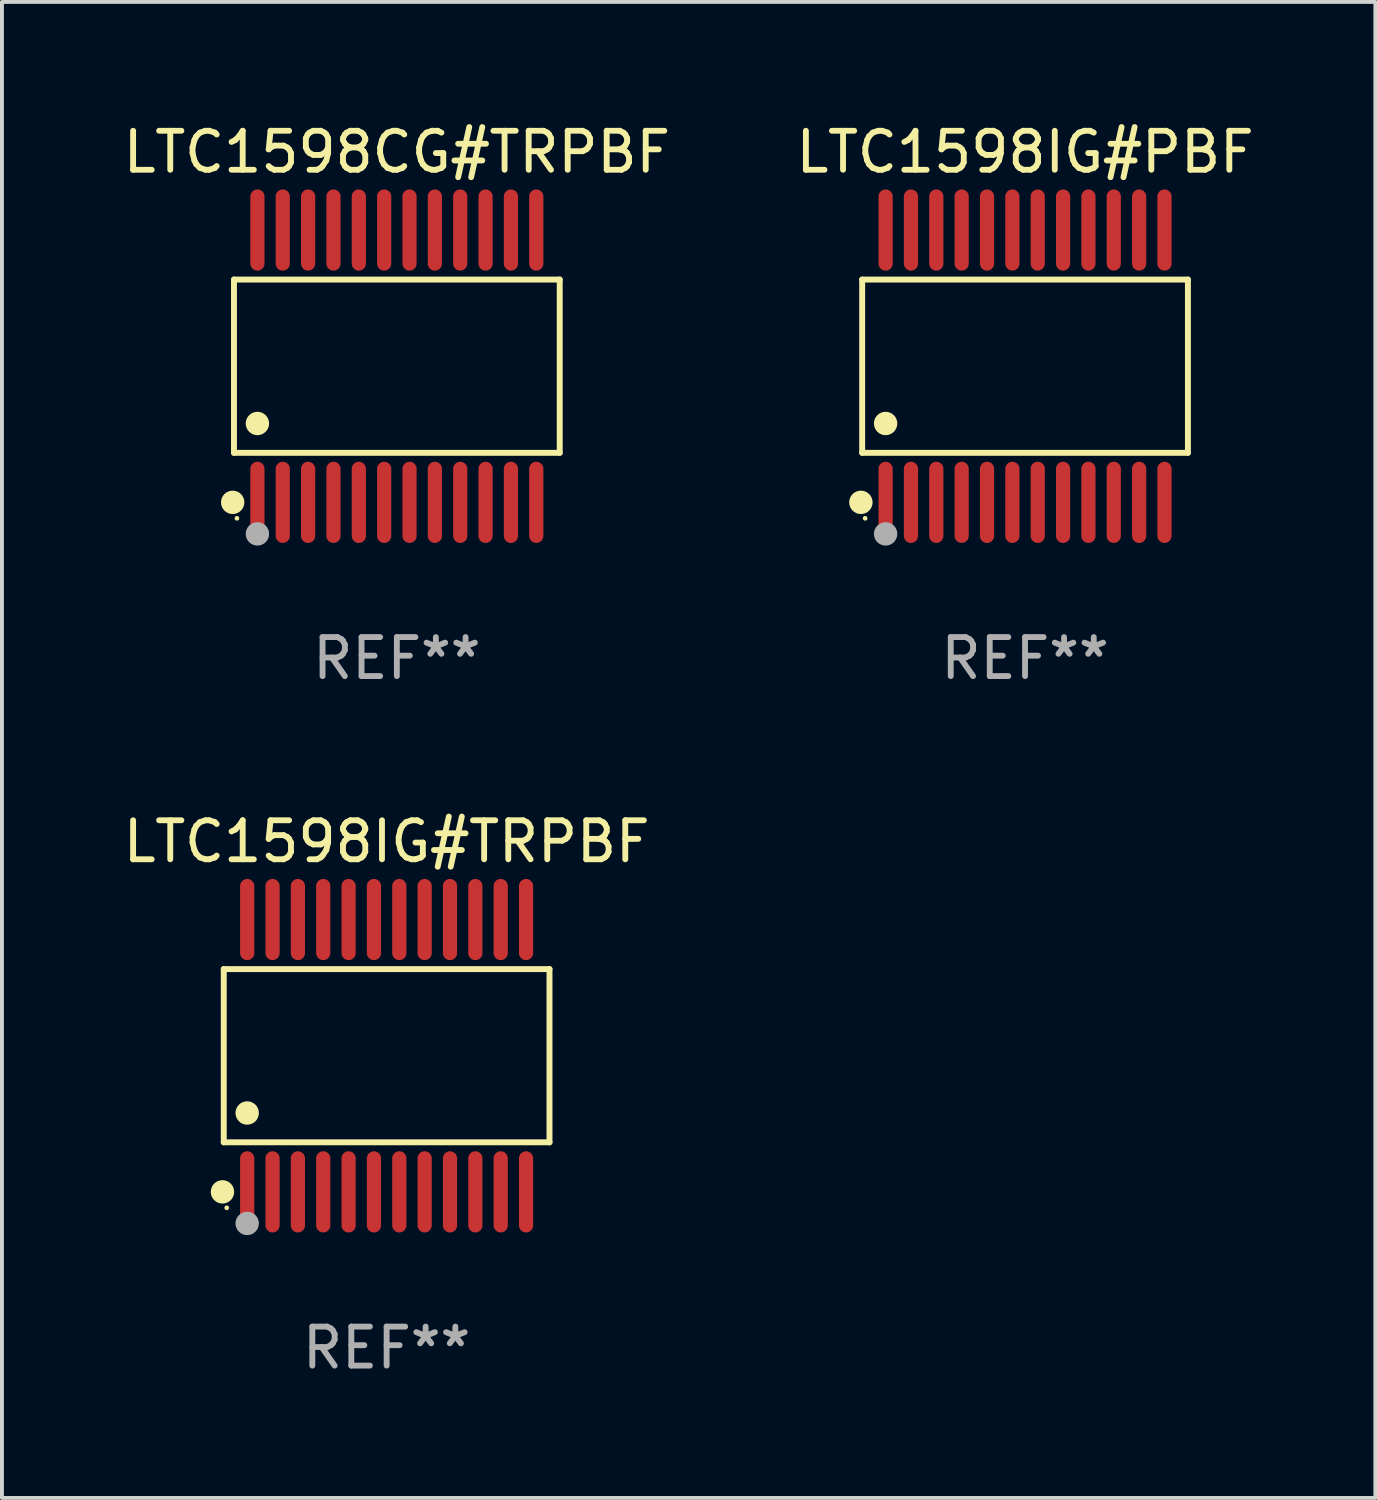
<source format=kicad_pcb>
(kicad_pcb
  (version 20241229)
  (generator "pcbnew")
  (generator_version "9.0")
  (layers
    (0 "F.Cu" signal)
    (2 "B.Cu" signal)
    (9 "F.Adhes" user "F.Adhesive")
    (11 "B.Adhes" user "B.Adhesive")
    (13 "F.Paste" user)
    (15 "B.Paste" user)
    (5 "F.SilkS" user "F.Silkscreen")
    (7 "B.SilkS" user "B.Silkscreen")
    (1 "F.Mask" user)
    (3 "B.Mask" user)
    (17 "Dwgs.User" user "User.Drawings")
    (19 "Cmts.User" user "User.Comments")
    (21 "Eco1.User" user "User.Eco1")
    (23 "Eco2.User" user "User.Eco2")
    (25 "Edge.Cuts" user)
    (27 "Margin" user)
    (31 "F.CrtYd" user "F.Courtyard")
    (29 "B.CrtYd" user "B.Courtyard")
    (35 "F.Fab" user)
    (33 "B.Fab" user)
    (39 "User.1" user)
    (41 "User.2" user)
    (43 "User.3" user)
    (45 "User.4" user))
  (footprint "LTC1598IG#TRPBF"
    (layer "F.Cu")
    (at 6.863 24.018)
    (property "Reference" "LTC1598IG#TRPBF" (at 0 -5.491 0) (layer "F.SilkS") (effects (font (size 1 1) (thickness 0.15))))
    (attr through_hole)
    (fp_line (start -4.176 -2.221) (end 4.176 -2.221) (stroke (width 0.152) (type solid)) (layer "F.SilkS"))
    (fp_line (start -4.176 2.221) (end -4.176 -2.221) (stroke (width 0.152) (type solid)) (layer "F.SilkS"))
    (fp_line (start 4.176 -2.221) (end 4.176 2.221) (stroke (width 0.152) (type solid)) (layer "F.SilkS"))
    (fp_line (start 4.176 2.221) (end -4.176 2.221) (stroke (width 0.152) (type solid)) (layer "F.SilkS"))
    (fp_circle (center -4.209 3.491) (end -4.059 3.491) (stroke (width 0.3) (type solid)) (fill no) (layer "F.SilkS"))
    (fp_circle (center -4.1 3.9) (end -4.07 3.9) (stroke (width 0.06) (type solid)) (fill no) (layer "F.SilkS"))
    (fp_circle (center -3.575 1.469) (end -3.425 1.469) (stroke (width 0.3) (type solid)) (fill no) (layer "F.SilkS"))
    (fp_circle (center -3.575 4.3) (end -3.425 4.3) (stroke (width 0.3) (type solid)) (fill no) (layer "F.Fab"))
    (fp_text user "REF**" (at 0 7.491 0) (layer "F.Fab") (effects (font (size 1 1) (thickness 0.15))))
    (pad "1" smd oval (at -3.575 3.491) (size 0.364 2.082) (layers "F.Cu" "F.Mask" "F.Paste"))
    (pad "2" smd oval (at -2.925 3.491) (size 0.364 2.082) (layers "F.Cu" "F.Mask" "F.Paste"))
    (pad "3" smd oval (at -2.275 3.491) (size 0.364 2.082) (layers "F.Cu" "F.Mask" "F.Paste"))
    (pad "4" smd oval (at -1.625 3.491) (size 0.364 2.082) (layers "F.Cu" "F.Mask" "F.Paste"))
    (pad "5" smd oval (at -0.975 3.491) (size 0.364 2.082) (layers "F.Cu" "F.Mask" "F.Paste"))
    (pad "6" smd oval (at -0.325 3.491) (size 0.364 2.082) (layers "F.Cu" "F.Mask" "F.Paste"))
    (pad "7" smd oval (at 0.325 3.491) (size 0.364 2.082) (layers "F.Cu" "F.Mask" "F.Paste"))
    (pad "8" smd oval (at 0.975 3.491) (size 0.364 2.082) (layers "F.Cu" "F.Mask" "F.Paste"))
    (pad "9" smd oval (at 1.625 3.491) (size 0.364 2.082) (layers "F.Cu" "F.Mask" "F.Paste"))
    (pad "10" smd oval (at 2.275 3.491) (size 0.364 2.082) (layers "F.Cu" "F.Mask" "F.Paste"))
    (pad "11" smd oval (at 2.925 3.491) (size 0.364 2.082) (layers "F.Cu" "F.Mask" "F.Paste"))
    (pad "12" smd oval (at 3.575 3.491) (size 0.364 2.082) (layers "F.Cu" "F.Mask" "F.Paste"))
    (pad "13" smd oval (at 3.575 -3.491) (size 0.364 2.082) (layers "F.Cu" "F.Mask" "F.Paste"))
    (pad "14" smd oval (at 2.925 -3.491) (size 0.364 2.082) (layers "F.Cu" "F.Mask" "F.Paste"))
    (pad "15" smd oval (at 2.275 -3.491) (size 0.364 2.082) (layers "F.Cu" "F.Mask" "F.Paste"))
    (pad "16" smd oval (at 1.625 -3.491) (size 0.364 2.082) (layers "F.Cu" "F.Mask" "F.Paste"))
    (pad "17" smd oval (at 0.975 -3.491) (size 0.364 2.082) (layers "F.Cu" "F.Mask" "F.Paste"))
    (pad "18" smd oval (at 0.325 -3.491) (size 0.364 2.082) (layers "F.Cu" "F.Mask" "F.Paste"))
    (pad "19" smd oval (at -0.325 -3.491) (size 0.364 2.082) (layers "F.Cu" "F.Mask" "F.Paste"))
    (pad "20" smd oval (at -0.975 -3.491) (size 0.364 2.082) (layers "F.Cu" "F.Mask" "F.Paste"))
    (pad "21" smd oval (at -1.625 -3.491) (size 0.364 2.082) (layers "F.Cu" "F.Mask" "F.Paste"))
    (pad "22" smd oval (at -2.275 -3.491) (size 0.364 2.082) (layers "F.Cu" "F.Mask" "F.Paste"))
    (pad "23" smd oval (at -2.925 -3.491) (size 0.364 2.082) (layers "F.Cu" "F.Mask" "F.Paste"))
    (pad "24" smd oval (at -3.575 -3.491) (size 0.364 2.082) (layers "F.Cu" "F.Mask" "F.Paste")))
  (footprint "LTC1598CG#TRPBF"
    (layer "F.Cu")
    (at 7.125 6.339)
    (property "Reference" "LTC1598CG#TRPBF" (at 0 -5.491 0) (layer "F.SilkS") (effects (font (size 1 1) (thickness 0.15))))
    (attr through_hole)
    (fp_line (start -4.176 -2.221) (end 4.176 -2.221) (stroke (width 0.152) (type solid)) (layer "F.SilkS"))
    (fp_line (start -4.176 2.221) (end -4.176 -2.221) (stroke (width 0.152) (type solid)) (layer "F.SilkS"))
    (fp_line (start 4.176 -2.221) (end 4.176 2.221) (stroke (width 0.152) (type solid)) (layer "F.SilkS"))
    (fp_line (start 4.176 2.221) (end -4.176 2.221) (stroke (width 0.152) (type solid)) (layer "F.SilkS"))
    (fp_circle (center -4.209 3.491) (end -4.059 3.491) (stroke (width 0.3) (type solid)) (fill no) (layer "F.SilkS"))
    (fp_circle (center -4.1 3.9) (end -4.07 3.9) (stroke (width 0.06) (type solid)) (fill no) (layer "F.SilkS"))
    (fp_circle (center -3.575 1.469) (end -3.425 1.469) (stroke (width 0.3) (type solid)) (fill no) (layer "F.SilkS"))
    (fp_circle (center -3.575 4.3) (end -3.425 4.3) (stroke (width 0.3) (type solid)) (fill no) (layer "F.Fab"))
    (fp_text user "REF**" (at 0 7.491 0) (layer "F.Fab") (effects (font (size 1 1) (thickness 0.15))))
    (pad "1" smd oval (at -3.575 3.491) (size 0.364 2.082) (layers "F.Cu" "F.Mask" "F.Paste"))
    (pad "2" smd oval (at -2.925 3.491) (size 0.364 2.082) (layers "F.Cu" "F.Mask" "F.Paste"))
    (pad "3" smd oval (at -2.275 3.491) (size 0.364 2.082) (layers "F.Cu" "F.Mask" "F.Paste"))
    (pad "4" smd oval (at -1.625 3.491) (size 0.364 2.082) (layers "F.Cu" "F.Mask" "F.Paste"))
    (pad "5" smd oval (at -0.975 3.491) (size 0.364 2.082) (layers "F.Cu" "F.Mask" "F.Paste"))
    (pad "6" smd oval (at -0.325 3.491) (size 0.364 2.082) (layers "F.Cu" "F.Mask" "F.Paste"))
    (pad "7" smd oval (at 0.325 3.491) (size 0.364 2.082) (layers "F.Cu" "F.Mask" "F.Paste"))
    (pad "8" smd oval (at 0.975 3.491) (size 0.364 2.082) (layers "F.Cu" "F.Mask" "F.Paste"))
    (pad "9" smd oval (at 1.625 3.491) (size 0.364 2.082) (layers "F.Cu" "F.Mask" "F.Paste"))
    (pad "10" smd oval (at 2.275 3.491) (size 0.364 2.082) (layers "F.Cu" "F.Mask" "F.Paste"))
    (pad "11" smd oval (at 2.925 3.491) (size 0.364 2.082) (layers "F.Cu" "F.Mask" "F.Paste"))
    (pad "12" smd oval (at 3.575 3.491) (size 0.364 2.082) (layers "F.Cu" "F.Mask" "F.Paste"))
    (pad "13" smd oval (at 3.575 -3.491) (size 0.364 2.082) (layers "F.Cu" "F.Mask" "F.Paste"))
    (pad "14" smd oval (at 2.925 -3.491) (size 0.364 2.082) (layers "F.Cu" "F.Mask" "F.Paste"))
    (pad "15" smd oval (at 2.275 -3.491) (size 0.364 2.082) (layers "F.Cu" "F.Mask" "F.Paste"))
    (pad "16" smd oval (at 1.625 -3.491) (size 0.364 2.082) (layers "F.Cu" "F.Mask" "F.Paste"))
    (pad "17" smd oval (at 0.975 -3.491) (size 0.364 2.082) (layers "F.Cu" "F.Mask" "F.Paste"))
    (pad "18" smd oval (at 0.325 -3.491) (size 0.364 2.082) (layers "F.Cu" "F.Mask" "F.Paste"))
    (pad "19" smd oval (at -0.325 -3.491) (size 0.364 2.082) (layers "F.Cu" "F.Mask" "F.Paste"))
    (pad "20" smd oval (at -0.975 -3.491) (size 0.364 2.082) (layers "F.Cu" "F.Mask" "F.Paste"))
    (pad "21" smd oval (at -1.625 -3.491) (size 0.364 2.082) (layers "F.Cu" "F.Mask" "F.Paste"))
    (pad "22" smd oval (at -2.275 -3.491) (size 0.364 2.082) (layers "F.Cu" "F.Mask" "F.Paste"))
    (pad "23" smd oval (at -2.925 -3.491) (size 0.364 2.082) (layers "F.Cu" "F.Mask" "F.Paste"))
    (pad "24" smd oval (at -3.575 -3.491) (size 0.364 2.082) (layers "F.Cu" "F.Mask" "F.Paste")))
  (footprint "LTC1598IG#PBF"
    (layer "F.Cu")
    (at 23.232 6.339)
    (property "Reference" "LTC1598IG#PBF" (at 0 -5.491 0) (layer "F.SilkS") (effects (font (size 1 1) (thickness 0.15))))
    (attr through_hole)
    (fp_line (start -4.176 -2.221) (end 4.176 -2.221) (stroke (width 0.152) (type solid)) (layer "F.SilkS"))
    (fp_line (start -4.176 2.221) (end -4.176 -2.221) (stroke (width 0.152) (type solid)) (layer "F.SilkS"))
    (fp_line (start 4.176 -2.221) (end 4.176 2.221) (stroke (width 0.152) (type solid)) (layer "F.SilkS"))
    (fp_line (start 4.176 2.221) (end -4.176 2.221) (stroke (width 0.152) (type solid)) (layer "F.SilkS"))
    (fp_circle (center -4.209 3.491) (end -4.059 3.491) (stroke (width 0.3) (type solid)) (fill no) (layer "F.SilkS"))
    (fp_circle (center -4.1 3.9) (end -4.07 3.9) (stroke (width 0.06) (type solid)) (fill no) (layer "F.SilkS"))
    (fp_circle (center -3.575 1.469) (end -3.425 1.469) (stroke (width 0.3) (type solid)) (fill no) (layer "F.SilkS"))
    (fp_circle (center -3.575 4.3) (end -3.425 4.3) (stroke (width 0.3) (type solid)) (fill no) (layer "F.Fab"))
    (fp_text user "REF**" (at 0 7.491 0) (layer "F.Fab") (effects (font (size 1 1) (thickness 0.15))))
    (pad "1" smd oval (at -3.575 3.491) (size 0.364 2.082) (layers "F.Cu" "F.Mask" "F.Paste"))
    (pad "2" smd oval (at -2.925 3.491) (size 0.364 2.082) (layers "F.Cu" "F.Mask" "F.Paste"))
    (pad "3" smd oval (at -2.275 3.491) (size 0.364 2.082) (layers "F.Cu" "F.Mask" "F.Paste"))
    (pad "4" smd oval (at -1.625 3.491) (size 0.364 2.082) (layers "F.Cu" "F.Mask" "F.Paste"))
    (pad "5" smd oval (at -0.975 3.491) (size 0.364 2.082) (layers "F.Cu" "F.Mask" "F.Paste"))
    (pad "6" smd oval (at -0.325 3.491) (size 0.364 2.082) (layers "F.Cu" "F.Mask" "F.Paste"))
    (pad "7" smd oval (at 0.325 3.491) (size 0.364 2.082) (layers "F.Cu" "F.Mask" "F.Paste"))
    (pad "8" smd oval (at 0.975 3.491) (size 0.364 2.082) (layers "F.Cu" "F.Mask" "F.Paste"))
    (pad "9" smd oval (at 1.625 3.491) (size 0.364 2.082) (layers "F.Cu" "F.Mask" "F.Paste"))
    (pad "10" smd oval (at 2.275 3.491) (size 0.364 2.082) (layers "F.Cu" "F.Mask" "F.Paste"))
    (pad "11" smd oval (at 2.925 3.491) (size 0.364 2.082) (layers "F.Cu" "F.Mask" "F.Paste"))
    (pad "12" smd oval (at 3.575 3.491) (size 0.364 2.082) (layers "F.Cu" "F.Mask" "F.Paste"))
    (pad "13" smd oval (at 3.575 -3.491) (size 0.364 2.082) (layers "F.Cu" "F.Mask" "F.Paste"))
    (pad "14" smd oval (at 2.925 -3.491) (size 0.364 2.082) (layers "F.Cu" "F.Mask" "F.Paste"))
    (pad "15" smd oval (at 2.275 -3.491) (size 0.364 2.082) (layers "F.Cu" "F.Mask" "F.Paste"))
    (pad "16" smd oval (at 1.625 -3.491) (size 0.364 2.082) (layers "F.Cu" "F.Mask" "F.Paste"))
    (pad "17" smd oval (at 0.975 -3.491) (size 0.364 2.082) (layers "F.Cu" "F.Mask" "F.Paste"))
    (pad "18" smd oval (at 0.325 -3.491) (size 0.364 2.082) (layers "F.Cu" "F.Mask" "F.Paste"))
    (pad "19" smd oval (at -0.325 -3.491) (size 0.364 2.082) (layers "F.Cu" "F.Mask" "F.Paste"))
    (pad "20" smd oval (at -0.975 -3.491) (size 0.364 2.082) (layers "F.Cu" "F.Mask" "F.Paste"))
    (pad "21" smd oval (at -1.625 -3.491) (size 0.364 2.082) (layers "F.Cu" "F.Mask" "F.Paste"))
    (pad "22" smd oval (at -2.275 -3.491) (size 0.364 2.082) (layers "F.Cu" "F.Mask" "F.Paste"))
    (pad "23" smd oval (at -2.925 -3.491) (size 0.364 2.082) (layers "F.Cu" "F.Mask" "F.Paste"))
    (pad "24" smd oval (at -3.575 -3.491) (size 0.364 2.082) (layers "F.Cu" "F.Mask" "F.Paste")))
  (gr_rect
    (start -3 -3)
    (end 32.214 35.357)
    (stroke (width 0.1) (type default))
    (fill no)
    (layer "Edge.Cuts")))
</source>
